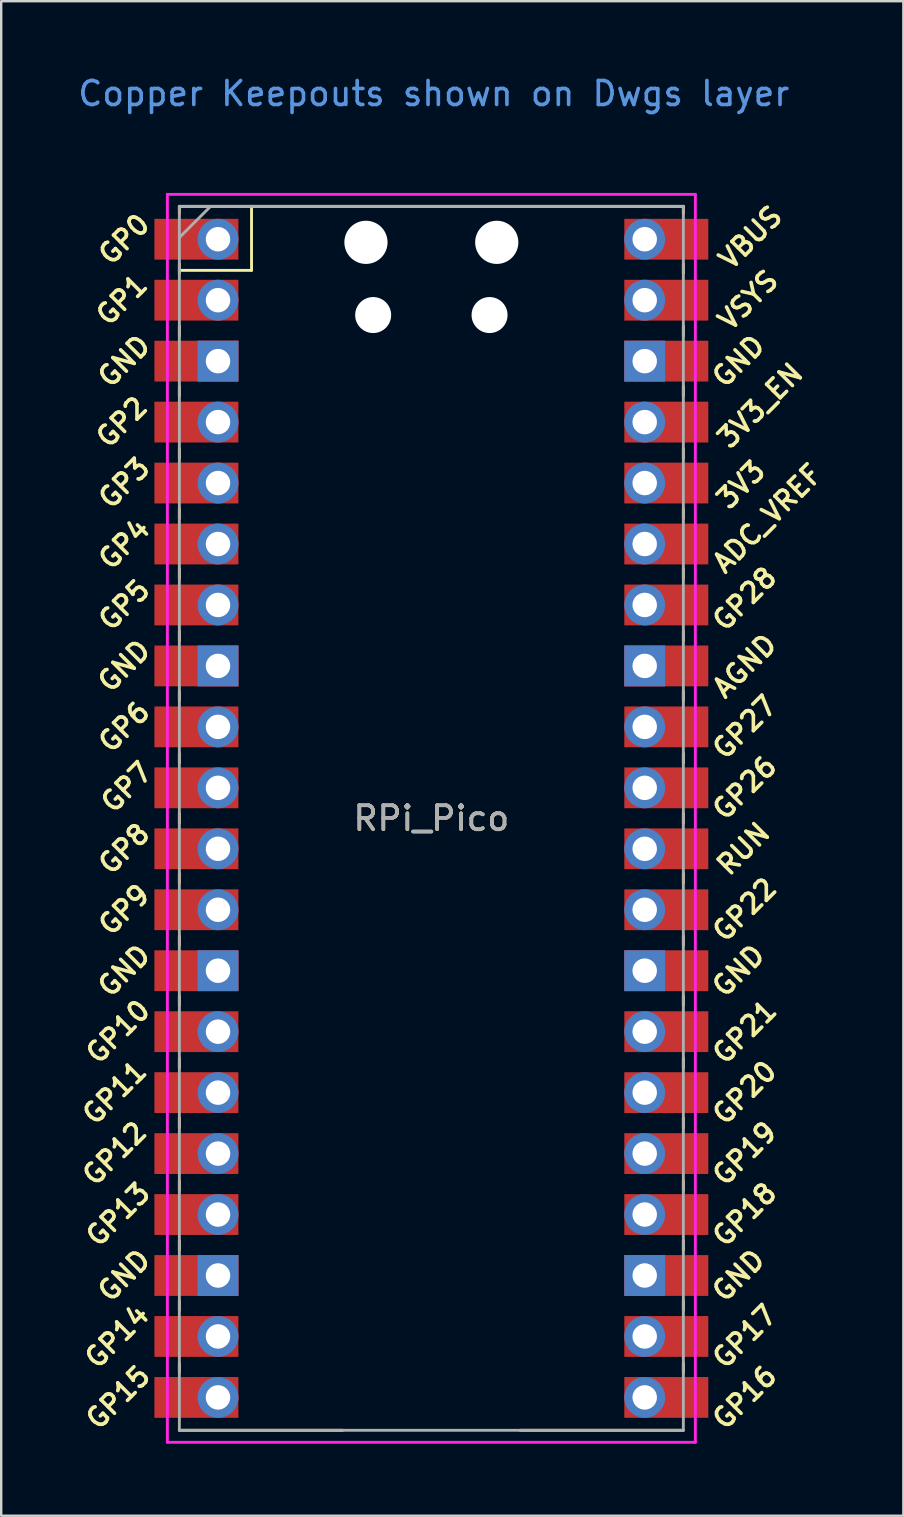
<source format=kicad_pcb>
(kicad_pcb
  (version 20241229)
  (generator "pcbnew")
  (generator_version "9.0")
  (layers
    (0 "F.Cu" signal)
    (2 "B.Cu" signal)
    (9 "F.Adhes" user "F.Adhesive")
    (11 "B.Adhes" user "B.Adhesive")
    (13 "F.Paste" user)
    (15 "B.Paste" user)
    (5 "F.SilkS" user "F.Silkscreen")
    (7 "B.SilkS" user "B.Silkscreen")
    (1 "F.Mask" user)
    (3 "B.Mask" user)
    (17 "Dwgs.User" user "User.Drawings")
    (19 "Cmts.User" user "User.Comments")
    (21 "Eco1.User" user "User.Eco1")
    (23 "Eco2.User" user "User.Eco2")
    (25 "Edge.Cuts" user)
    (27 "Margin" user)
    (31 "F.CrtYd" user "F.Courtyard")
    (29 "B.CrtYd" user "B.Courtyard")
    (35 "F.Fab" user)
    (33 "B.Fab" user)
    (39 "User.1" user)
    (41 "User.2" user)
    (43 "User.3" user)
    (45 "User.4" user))
  (footprint "RPi_Pico"
    (layer "F.Cu")
    (at 14.924 31.048)
    (property "Reference" "RPi_Pico" (at 0 0 0) (layer "F.SilkS") (effects (font (size 1 1) (thickness 0.15))))
    (attr through_hole exclude_from_bom)
    (fp_line (start -10.5 -25.5) (end -10.5 -25.2) (stroke (width 0.12) (type solid)) (layer "F.SilkS"))
    (fp_line (start -10.5 -25.5) (end 10.5 -25.5) (stroke (width 0.12) (type solid)) (layer "F.SilkS"))
    (fp_line (start -10.5 -23.1) (end -10.5 -22.7) (stroke (width 0.12) (type solid)) (layer "F.SilkS"))
    (fp_line (start -10.5 -22.833) (end -7.493 -22.833) (stroke (width 0.12) (type solid)) (layer "F.SilkS"))
    (fp_line (start -10.5 -20.5) (end -10.5 -20.1) (stroke (width 0.12) (type solid)) (layer "F.SilkS"))
    (fp_line (start -10.5 -18) (end -10.5 -17.6) (stroke (width 0.12) (type solid)) (layer "F.SilkS"))
    (fp_line (start -10.5 -15.4) (end -10.5 -15) (stroke (width 0.12) (type solid)) (layer "F.SilkS"))
    (fp_line (start -10.5 -12.9) (end -10.5 -12.5) (stroke (width 0.12) (type solid)) (layer "F.SilkS"))
    (fp_line (start -10.5 -10.4) (end -10.5 -10) (stroke (width 0.12) (type solid)) (layer "F.SilkS"))
    (fp_line (start -10.5 -7.8) (end -10.5 -7.4) (stroke (width 0.12) (type solid)) (layer "F.SilkS"))
    (fp_line (start -10.5 -5.3) (end -10.5 -4.9) (stroke (width 0.12) (type solid)) (layer "F.SilkS"))
    (fp_line (start -10.5 -2.7) (end -10.5 -2.3) (stroke (width 0.12) (type solid)) (layer "F.SilkS"))
    (fp_line (start -10.5 -0.2) (end -10.5 0.2) (stroke (width 0.12) (type solid)) (layer "F.SilkS"))
    (fp_line (start -10.5 2.3) (end -10.5 2.7) (stroke (width 0.12) (type solid)) (layer "F.SilkS"))
    (fp_line (start -10.5 4.9) (end -10.5 5.3) (stroke (width 0.12) (type solid)) (layer "F.SilkS"))
    (fp_line (start -10.5 7.4) (end -10.5 7.8) (stroke (width 0.12) (type solid)) (layer "F.SilkS"))
    (fp_line (start -10.5 10) (end -10.5 10.4) (stroke (width 0.12) (type solid)) (layer "F.SilkS"))
    (fp_line (start -10.5 12.5) (end -10.5 12.9) (stroke (width 0.12) (type solid)) (layer "F.SilkS"))
    (fp_line (start -10.5 15.1) (end -10.5 15.5) (stroke (width 0.12) (type solid)) (layer "F.SilkS"))
    (fp_line (start -10.5 17.6) (end -10.5 18) (stroke (width 0.12) (type solid)) (layer "F.SilkS"))
    (fp_line (start -10.5 20.1) (end -10.5 20.5) (stroke (width 0.12) (type solid)) (layer "F.SilkS"))
    (fp_line (start -10.5 22.7) (end -10.5 23.1) (stroke (width 0.12) (type solid)) (layer "F.SilkS"))
    (fp_line (start -7.493 -22.833) (end -7.493 -25.5) (stroke (width 0.12) (type solid)) (layer "F.SilkS"))
    (fp_line (start -3.7 25.5) (end -10.5 25.5) (stroke (width 0.12) (type solid)) (layer "F.SilkS"))
    (fp_line (start 10.5 -25.5) (end 10.5 -25.2) (stroke (width 0.12) (type solid)) (layer "F.SilkS"))
    (fp_line (start 10.5 -23.1) (end 10.5 -22.7) (stroke (width 0.12) (type solid)) (layer "F.SilkS"))
    (fp_line (start 10.5 -20.5) (end 10.5 -20.1) (stroke (width 0.12) (type solid)) (layer "F.SilkS"))
    (fp_line (start 10.5 -18) (end 10.5 -17.6) (stroke (width 0.12) (type solid)) (layer "F.SilkS"))
    (fp_line (start 10.5 -15.4) (end 10.5 -15) (stroke (width 0.12) (type solid)) (layer "F.SilkS"))
    (fp_line (start 10.5 -12.9) (end 10.5 -12.5) (stroke (width 0.12) (type solid)) (layer "F.SilkS"))
    (fp_line (start 10.5 -10.4) (end 10.5 -10) (stroke (width 0.12) (type solid)) (layer "F.SilkS"))
    (fp_line (start 10.5 -7.8) (end 10.5 -7.4) (stroke (width 0.12) (type solid)) (layer "F.SilkS"))
    (fp_line (start 10.5 -5.3) (end 10.5 -4.9) (stroke (width 0.12) (type solid)) (layer "F.SilkS"))
    (fp_line (start 10.5 -2.7) (end 10.5 -2.3) (stroke (width 0.12) (type solid)) (layer "F.SilkS"))
    (fp_line (start 10.5 -0.2) (end 10.5 0.2) (stroke (width 0.12) (type solid)) (layer "F.SilkS"))
    (fp_line (start 10.5 2.3) (end 10.5 2.7) (stroke (width 0.12) (type solid)) (layer "F.SilkS"))
    (fp_line (start 10.5 4.9) (end 10.5 5.3) (stroke (width 0.12) (type solid)) (layer "F.SilkS"))
    (fp_line (start 10.5 7.4) (end 10.5 7.8) (stroke (width 0.12) (type solid)) (layer "F.SilkS"))
    (fp_line (start 10.5 10) (end 10.5 10.4) (stroke (width 0.12) (type solid)) (layer "F.SilkS"))
    (fp_line (start 10.5 12.5) (end 10.5 12.9) (stroke (width 0.12) (type solid)) (layer "F.SilkS"))
    (fp_line (start 10.5 15.1) (end 10.5 15.5) (stroke (width 0.12) (type solid)) (layer "F.SilkS"))
    (fp_line (start 10.5 17.6) (end 10.5 18) (stroke (width 0.12) (type solid)) (layer "F.SilkS"))
    (fp_line (start 10.5 20.1) (end 10.5 20.5) (stroke (width 0.12) (type solid)) (layer "F.SilkS"))
    (fp_line (start 10.5 22.7) (end 10.5 23.1) (stroke (width 0.12) (type solid)) (layer "F.SilkS"))
    (fp_line (start 10.5 25.5) (end 3.7 25.5) (stroke (width 0.12) (type solid)) (layer "F.SilkS"))
    (fp_line (start -11 -26) (end 11 -26) (stroke (width 0.12) (type solid)) (layer "F.CrtYd"))
    (fp_line (start -11 26) (end -11 -26) (stroke (width 0.12) (type solid)) (layer "F.CrtYd"))
    (fp_line (start 11 -26) (end 11 26) (stroke (width 0.12) (type solid)) (layer "F.CrtYd"))
    (fp_line (start 11 26) (end -11 26) (stroke (width 0.12) (type solid)) (layer "F.CrtYd"))
    (fp_line (start -10.5 -25.5) (end 10.5 -25.5) (stroke (width 0.12) (type solid)) (layer "F.Fab"))
    (fp_line (start -10.5 -24.2) (end -9.2 -25.5) (stroke (width 0.12) (type solid)) (layer "F.Fab"))
    (fp_line (start -10.5 25.5) (end -10.5 -25.5) (stroke (width 0.12) (type solid)) (layer "F.Fab"))
    (fp_line (start 10.5 -25.5) (end 10.5 25.5) (stroke (width 0.12) (type solid)) (layer "F.Fab"))
    (fp_line (start 10.5 25.5) (end -10.5 25.5) (stroke (width 0.12) (type solid)) (layer "F.Fab"))
    (fp_text user "GP19" (at 13.054 13.97 45) (layer "F.SilkS") (effects (font (size 0.8 0.8) (thickness 0.15))))
    (fp_text user "GP22" (at 13.054 3.81 45) (layer "F.SilkS") (effects (font (size 0.8 0.8) (thickness 0.15))))
    (fp_text user "GP21" (at 13.054 8.9 45) (layer "F.SilkS") (effects (font (size 0.8 0.8) (thickness 0.15))))
    (fp_text user "VSYS" (at 13.2 -21.59 45) (layer "F.SilkS") (effects (font (size 0.8 0.8) (thickness 0.15))))
    (fp_text user "GP3" (at -12.8 -13.97 45) (layer "F.SilkS") (effects (font (size 0.8 0.8) (thickness 0.15))))
    (fp_text user "GND" (at 12.8 6.35 45) (layer "F.SilkS") (effects (font (size 0.8 0.8) (thickness 0.15))))
    (fp_text user "GP27" (at 13.054 -3.8 45) (layer "F.SilkS") (effects (font (size 0.8 0.8) (thickness 0.15))))
    (fp_text user "GP20" (at 13.054 11.43 45) (layer "F.SilkS") (effects (font (size 0.8 0.8) (thickness 0.15))))
    (fp_text user "GP1" (at -12.9 -21.6 45) (layer "F.SilkS") (effects (font (size 0.8 0.8) (thickness 0.15))))
    (fp_text user "GP14" (at -13.1 21.59 45) (layer "F.SilkS") (effects (font (size 0.8 0.8) (thickness 0.15))))
    (fp_text user "GP10" (at -13.054 8.89 45) (layer "F.SilkS") (effects (font (size 0.8 0.8) (thickness 0.15))))
    (fp_text user "GND" (at 12.8 -19.05 45) (layer "F.SilkS") (effects (font (size 0.8 0.8) (thickness 0.15))))
    (fp_text user "GP18" (at 13.054 16.51 45) (layer "F.SilkS") (effects (font (size 0.8 0.8) (thickness 0.15))))
    (fp_text user "GP5" (at -12.8 -8.89 45) (layer "F.SilkS") (effects (font (size 0.8 0.8) (thickness 0.15))))
    (fp_text user "GP15" (at -13.054 24.13 45) (layer "F.SilkS") (effects (font (size 0.8 0.8) (thickness 0.15))))
    (fp_text user "3V3_EN" (at 13.7 -17.2 45) (layer "F.SilkS") (effects (font (size 0.8 0.8) (thickness 0.15))))
    (fp_text user "VBUS" (at 13.3 -24.2 45) (layer "F.SilkS") (effects (font (size 0.8 0.8) (thickness 0.15))))
    (fp_text user "GP11" (at -13.2 11.43 45) (layer "F.SilkS") (effects (font (size 0.8 0.8) (thickness 0.15))))
    (fp_text user "GP0" (at -12.8 -24.13 45) (layer "F.SilkS") (effects (font (size 0.8 0.8) (thickness 0.15))))
    (fp_text user "GND" (at -12.8 -6.35 45) (layer "F.SilkS") (effects (font (size 0.8 0.8) (thickness 0.15))))
    (fp_text user "GP12" (at -13.2 13.97 45) (layer "F.SilkS") (effects (font (size 0.8 0.8) (thickness 0.15))))
    (fp_text user "3V3" (at 12.9 -13.9 45) (layer "F.SilkS") (effects (font (size 0.8 0.8) (thickness 0.15))))
    (fp_text user "GP16" (at 13.054 24.13 45) (layer "F.SilkS") (effects (font (size 0.8 0.8) (thickness 0.15))))
    (fp_text user "GP7" (at -12.7 -1.3 45) (layer "F.SilkS") (effects (font (size 0.8 0.8) (thickness 0.15))))
    (fp_text user "GND" (at 12.8 19.05 45) (layer "F.SilkS") (effects (font (size 0.8 0.8) (thickness 0.15))))
    (fp_text user "GP2" (at -12.9 -16.51 45) (layer "F.SilkS") (effects (font (size 0.8 0.8) (thickness 0.15))))
    (fp_text user "GND" (at -12.8 6.35 45) (layer "F.SilkS") (effects (font (size 0.8 0.8) (thickness 0.15))))
    (fp_text user "GP26" (at 13.054 -1.27 45) (layer "F.SilkS") (effects (font (size 0.8 0.8) (thickness 0.15))))
    (fp_text user "GP28" (at 13.054 -9.144 45) (layer "F.SilkS") (effects (font (size 0.8 0.8) (thickness 0.15))))
    (fp_text user "GP6" (at -12.8 -3.81 45) (layer "F.SilkS") (effects (font (size 0.8 0.8) (thickness 0.15))))
    (fp_text user "GP8" (at -12.8 1.27 45) (layer "F.SilkS") (effects (font (size 0.8 0.8) (thickness 0.15))))
    (fp_text user "GP4" (at -12.8 -11.43 45) (layer "F.SilkS") (effects (font (size 0.8 0.8) (thickness 0.15))))
    (fp_text user "GND" (at -12.8 -19.05 45) (layer "F.SilkS") (effects (font (size 0.8 0.8) (thickness 0.15))))
    (fp_text user "ADC_VREF" (at 14 -12.5 45) (layer "F.SilkS") (effects (font (size 0.8 0.8) (thickness 0.15))))
    (fp_text user "GND" (at -12.8 19.05 45) (layer "F.SilkS") (effects (font (size 0.8 0.8) (thickness 0.15))))
    (fp_text user "GP9" (at -12.8 3.81 45) (layer "F.SilkS") (effects (font (size 0.8 0.8) (thickness 0.15))))
    (fp_text user "GP13" (at -13.054 16.51 45) (layer "F.SilkS") (effects (font (size 0.8 0.8) (thickness 0.15))))
    (fp_text user "GP17" (at 13.054 21.59 45) (layer "F.SilkS") (effects (font (size 0.8 0.8) (thickness 0.15))))
    (fp_text user "AGND" (at 13.054 -6.35 45) (layer "F.SilkS") (effects (font (size 0.8 0.8) (thickness 0.15))))
    (fp_text user "RUN" (at 13 1.27 45) (layer "F.SilkS") (effects (font (size 0.8 0.8) (thickness 0.15))))
    (fp_text user "Copper Keepouts shown on Dwgs layer" (at 0.1 -30.2 0) (layer "Cmts.User") (effects (font (size 1 1) (thickness 0.15))))
    (fp_text user "${REFERENCE}" (at 0 0 180) (layer "F.Fab") (effects (font (size 1 1) (thickness 0.15))))
    (pad "" np_thru_hole oval (at -2.725 -24) (size 1.8 1.8) (drill 1.8) (layers "*.Cu" "*.Mask"))
    (pad "" np_thru_hole oval (at -2.425 -20.97) (size 1.5 1.5) (drill 1.5) (layers "*.Cu" "*.Mask"))
    (pad "" np_thru_hole oval (at 2.425 -20.97) (size 1.5 1.5) (drill 1.5) (layers "*.Cu" "*.Mask"))
    (pad "" np_thru_hole oval (at 2.725 -24) (size 1.8 1.8) (drill 1.8) (layers "*.Cu" "*.Mask"))
    (pad "1" thru_hole oval (at -8.89 -24.13) (size 1.7 1.7) (drill 1.02) (layers "*.Cu" "*.Mask"))
    (pad "1" smd rect (at -8.89 -24.13) (size 3.5 1.7) (drill (offset -0.9 0)) (layers "F.Cu" "F.Mask"))
    (pad "2" thru_hole oval (at -8.89 -21.59) (size 1.7 1.7) (drill 1.02) (layers "*.Cu" "*.Mask"))
    (pad "2" smd rect (at -8.89 -21.59) (size 3.5 1.7) (drill (offset -0.9 0)) (layers "F.Cu" "F.Mask"))
    (pad "3" thru_hole rect (at -8.89 -19.05) (size 1.7 1.7) (drill 1.02) (layers "*.Cu" "*.Mask"))
    (pad "3" smd rect (at -8.89 -19.05) (size 3.5 1.7) (drill (offset -0.9 0)) (layers "F.Cu" "F.Mask"))
    (pad "4" thru_hole oval (at -8.89 -16.51) (size 1.7 1.7) (drill 1.02) (layers "*.Cu" "*.Mask"))
    (pad "4" smd rect (at -8.89 -16.51) (size 3.5 1.7) (drill (offset -0.9 0)) (layers "F.Cu" "F.Mask"))
    (pad "5" thru_hole oval (at -8.89 -13.97) (size 1.7 1.7) (drill 1.02) (layers "*.Cu" "*.Mask"))
    (pad "5" smd rect (at -8.89 -13.97) (size 3.5 1.7) (drill (offset -0.9 0)) (layers "F.Cu" "F.Mask"))
    (pad "6" thru_hole oval (at -8.89 -11.43) (size 1.7 1.7) (drill 1.02) (layers "*.Cu" "*.Mask"))
    (pad "6" smd rect (at -8.89 -11.43) (size 3.5 1.7) (drill (offset -0.9 0)) (layers "F.Cu" "F.Mask"))
    (pad "7" thru_hole oval (at -8.89 -8.89) (size 1.7 1.7) (drill 1.02) (layers "*.Cu" "*.Mask"))
    (pad "7" smd rect (at -8.89 -8.89) (size 3.5 1.7) (drill (offset -0.9 0)) (layers "F.Cu" "F.Mask"))
    (pad "8" thru_hole rect (at -8.89 -6.35) (size 1.7 1.7) (drill 1.02) (layers "*.Cu" "*.Mask"))
    (pad "8" smd rect (at -8.89 -6.35) (size 3.5 1.7) (drill (offset -0.9 0)) (layers "F.Cu" "F.Mask"))
    (pad "9" thru_hole oval (at -8.89 -3.81) (size 1.7 1.7) (drill 1.02) (layers "*.Cu" "*.Mask"))
    (pad "9" smd rect (at -8.89 -3.81) (size 3.5 1.7) (drill (offset -0.9 0)) (layers "F.Cu" "F.Mask"))
    (pad "10" thru_hole oval (at -8.89 -1.27) (size 1.7 1.7) (drill 1.02) (layers "*.Cu" "*.Mask"))
    (pad "10" smd rect (at -8.89 -1.27) (size 3.5 1.7) (drill (offset -0.9 0)) (layers "F.Cu" "F.Mask"))
    (pad "11" thru_hole oval (at -8.89 1.27) (size 1.7 1.7) (drill 1.02) (layers "*.Cu" "*.Mask"))
    (pad "11" smd rect (at -8.89 1.27) (size 3.5 1.7) (drill (offset -0.9 0)) (layers "F.Cu" "F.Mask"))
    (pad "12" thru_hole oval (at -8.89 3.81) (size 1.7 1.7) (drill 1.02) (layers "*.Cu" "*.Mask"))
    (pad "12" smd rect (at -8.89 3.81) (size 3.5 1.7) (drill (offset -0.9 0)) (layers "F.Cu" "F.Mask"))
    (pad "13" thru_hole rect (at -8.89 6.35) (size 1.7 1.7) (drill 1.02) (layers "*.Cu" "*.Mask"))
    (pad "13" smd rect (at -8.89 6.35) (size 3.5 1.7) (drill (offset -0.9 0)) (layers "F.Cu" "F.Mask"))
    (pad "14" thru_hole oval (at -8.89 8.89) (size 1.7 1.7) (drill 1.02) (layers "*.Cu" "*.Mask"))
    (pad "14" smd rect (at -8.89 8.89) (size 3.5 1.7) (drill (offset -0.9 0)) (layers "F.Cu" "F.Mask"))
    (pad "15" thru_hole oval (at -8.89 11.43) (size 1.7 1.7) (drill 1.02) (layers "*.Cu" "*.Mask"))
    (pad "15" smd rect (at -8.89 11.43) (size 3.5 1.7) (drill (offset -0.9 0)) (layers "F.Cu" "F.Mask"))
    (pad "16" thru_hole oval (at -8.89 13.97) (size 1.7 1.7) (drill 1.02) (layers "*.Cu" "*.Mask"))
    (pad "16" smd rect (at -8.89 13.97) (size 3.5 1.7) (drill (offset -0.9 0)) (layers "F.Cu" "F.Mask"))
    (pad "17" thru_hole oval (at -8.89 16.51) (size 1.7 1.7) (drill 1.02) (layers "*.Cu" "*.Mask"))
    (pad "17" smd rect (at -8.89 16.51) (size 3.5 1.7) (drill (offset -0.9 0)) (layers "F.Cu" "F.Mask"))
    (pad "18" thru_hole rect (at -8.89 19.05) (size 1.7 1.7) (drill 1.02) (layers "*.Cu" "*.Mask"))
    (pad "18" smd rect (at -8.89 19.05) (size 3.5 1.7) (drill (offset -0.9 0)) (layers "F.Cu" "F.Mask"))
    (pad "19" thru_hole oval (at -8.89 21.59) (size 1.7 1.7) (drill 1.02) (layers "*.Cu" "*.Mask"))
    (pad "19" smd rect (at -8.89 21.59) (size 3.5 1.7) (drill (offset -0.9 0)) (layers "F.Cu" "F.Mask"))
    (pad "20" thru_hole oval (at -8.89 24.13) (size 1.7 1.7) (drill 1.02) (layers "*.Cu" "*.Mask"))
    (pad "20" smd rect (at -8.89 24.13) (size 3.5 1.7) (drill (offset -0.9 0)) (layers "F.Cu" "F.Mask"))
    (pad "21" thru_hole oval (at 8.89 24.13) (size 1.7 1.7) (drill 1.02) (layers "*.Cu" "*.Mask"))
    (pad "21" smd rect (at 8.89 24.13) (size 3.5 1.7) (drill (offset 0.9 0)) (layers "F.Cu" "F.Mask"))
    (pad "22" thru_hole oval (at 8.89 21.59) (size 1.7 1.7) (drill 1.02) (layers "*.Cu" "*.Mask"))
    (pad "22" smd rect (at 8.89 21.59) (size 3.5 1.7) (drill (offset 0.9 0)) (layers "F.Cu" "F.Mask"))
    (pad "23" thru_hole rect (at 8.89 19.05) (size 1.7 1.7) (drill 1.02) (layers "*.Cu" "*.Mask"))
    (pad "23" smd rect (at 8.89 19.05) (size 3.5 1.7) (drill (offset 0.9 0)) (layers "F.Cu" "F.Mask"))
    (pad "24" thru_hole oval (at 8.89 16.51) (size 1.7 1.7) (drill 1.02) (layers "*.Cu" "*.Mask"))
    (pad "24" smd rect (at 8.89 16.51) (size 3.5 1.7) (drill (offset 0.9 0)) (layers "F.Cu" "F.Mask"))
    (pad "25" thru_hole oval (at 8.89 13.97) (size 1.7 1.7) (drill 1.02) (layers "*.Cu" "*.Mask"))
    (pad "25" smd rect (at 8.89 13.97) (size 3.5 1.7) (drill (offset 0.9 0)) (layers "F.Cu" "F.Mask"))
    (pad "26" thru_hole oval (at 8.89 11.43) (size 1.7 1.7) (drill 1.02) (layers "*.Cu" "*.Mask"))
    (pad "26" smd rect (at 8.89 11.43) (size 3.5 1.7) (drill (offset 0.9 0)) (layers "F.Cu" "F.Mask"))
    (pad "27" thru_hole oval (at 8.89 8.89) (size 1.7 1.7) (drill 1.02) (layers "*.Cu" "*.Mask"))
    (pad "27" smd rect (at 8.89 8.89) (size 3.5 1.7) (drill (offset 0.9 0)) (layers "F.Cu" "F.Mask"))
    (pad "28" thru_hole rect (at 8.89 6.35) (size 1.7 1.7) (drill 1.02) (layers "*.Cu" "*.Mask"))
    (pad "28" smd rect (at 8.89 6.35) (size 3.5 1.7) (drill (offset 0.9 0)) (layers "F.Cu" "F.Mask"))
    (pad "29" thru_hole oval (at 8.89 3.81) (size 1.7 1.7) (drill 1.02) (layers "*.Cu" "*.Mask"))
    (pad "29" smd rect (at 8.89 3.81) (size 3.5 1.7) (drill (offset 0.9 0)) (layers "F.Cu" "F.Mask"))
    (pad "30" thru_hole oval (at 8.89 1.27) (size 1.7 1.7) (drill 1.02) (layers "*.Cu" "*.Mask"))
    (pad "30" smd rect (at 8.89 1.27) (size 3.5 1.7) (drill (offset 0.9 0)) (layers "F.Cu" "F.Mask"))
    (pad "31" thru_hole oval (at 8.89 -1.27) (size 1.7 1.7) (drill 1.02) (layers "*.Cu" "*.Mask"))
    (pad "31" smd rect (at 8.89 -1.27) (size 3.5 1.7) (drill (offset 0.9 0)) (layers "F.Cu" "F.Mask"))
    (pad "32" thru_hole oval (at 8.89 -3.81) (size 1.7 1.7) (drill 1.02) (layers "*.Cu" "*.Mask"))
    (pad "32" smd rect (at 8.89 -3.81) (size 3.5 1.7) (drill (offset 0.9 0)) (layers "F.Cu" "F.Mask"))
    (pad "33" thru_hole rect (at 8.89 -6.35) (size 1.7 1.7) (drill 1.02) (layers "*.Cu" "*.Mask"))
    (pad "33" smd rect (at 8.89 -6.35) (size 3.5 1.7) (drill (offset 0.9 0)) (layers "F.Cu" "F.Mask"))
    (pad "34" thru_hole oval (at 8.89 -8.89) (size 1.7 1.7) (drill 1.02) (layers "*.Cu" "*.Mask"))
    (pad "34" smd rect (at 8.89 -8.89) (size 3.5 1.7) (drill (offset 0.9 0)) (layers "F.Cu" "F.Mask"))
    (pad "35" thru_hole oval (at 8.89 -11.43) (size 1.7 1.7) (drill 1.02) (layers "*.Cu" "*.Mask"))
    (pad "35" smd rect (at 8.89 -11.43) (size 3.5 1.7) (drill (offset 0.9 0)) (layers "F.Cu" "F.Mask"))
    (pad "36" thru_hole oval (at 8.89 -13.97) (size 1.7 1.7) (drill 1.02) (layers "*.Cu" "*.Mask"))
    (pad "36" smd rect (at 8.89 -13.97) (size 3.5 1.7) (drill (offset 0.9 0)) (layers "F.Cu" "F.Mask"))
    (pad "37" thru_hole oval (at 8.89 -16.51) (size 1.7 1.7) (drill 1.02) (layers "*.Cu" "*.Mask"))
    (pad "37" smd rect (at 8.89 -16.51) (size 3.5 1.7) (drill (offset 0.9 0)) (layers "F.Cu" "F.Mask"))
    (pad "38" thru_hole rect (at 8.89 -19.05) (size 1.7 1.7) (drill 1.02) (layers "*.Cu" "*.Mask"))
    (pad "38" smd rect (at 8.89 -19.05) (size 3.5 1.7) (drill (offset 0.9 0)) (layers "F.Cu" "F.Mask"))
    (pad "39" thru_hole oval (at 8.89 -21.59) (size 1.7 1.7) (drill 1.02) (layers "*.Cu" "*.Mask"))
    (pad "39" smd rect (at 8.89 -21.59) (size 3.5 1.7) (drill (offset 0.9 0)) (layers "F.Cu" "F.Mask"))
    (pad "40" thru_hole oval (at 8.89 -24.13) (size 1.7 1.7) (drill 1.02) (layers "*.Cu" "*.Mask"))
    (pad "40" smd rect (at 8.89 -24.13) (size 3.5 1.7) (drill (offset 0.9 0)) (layers "F.Cu" "F.Mask")))
  (gr_rect
    (start -3 -3)
    (end 34.591 60.108)
    (stroke (width 0.1) (type default))
    (fill no)
    (layer "Edge.Cuts")))
</source>
